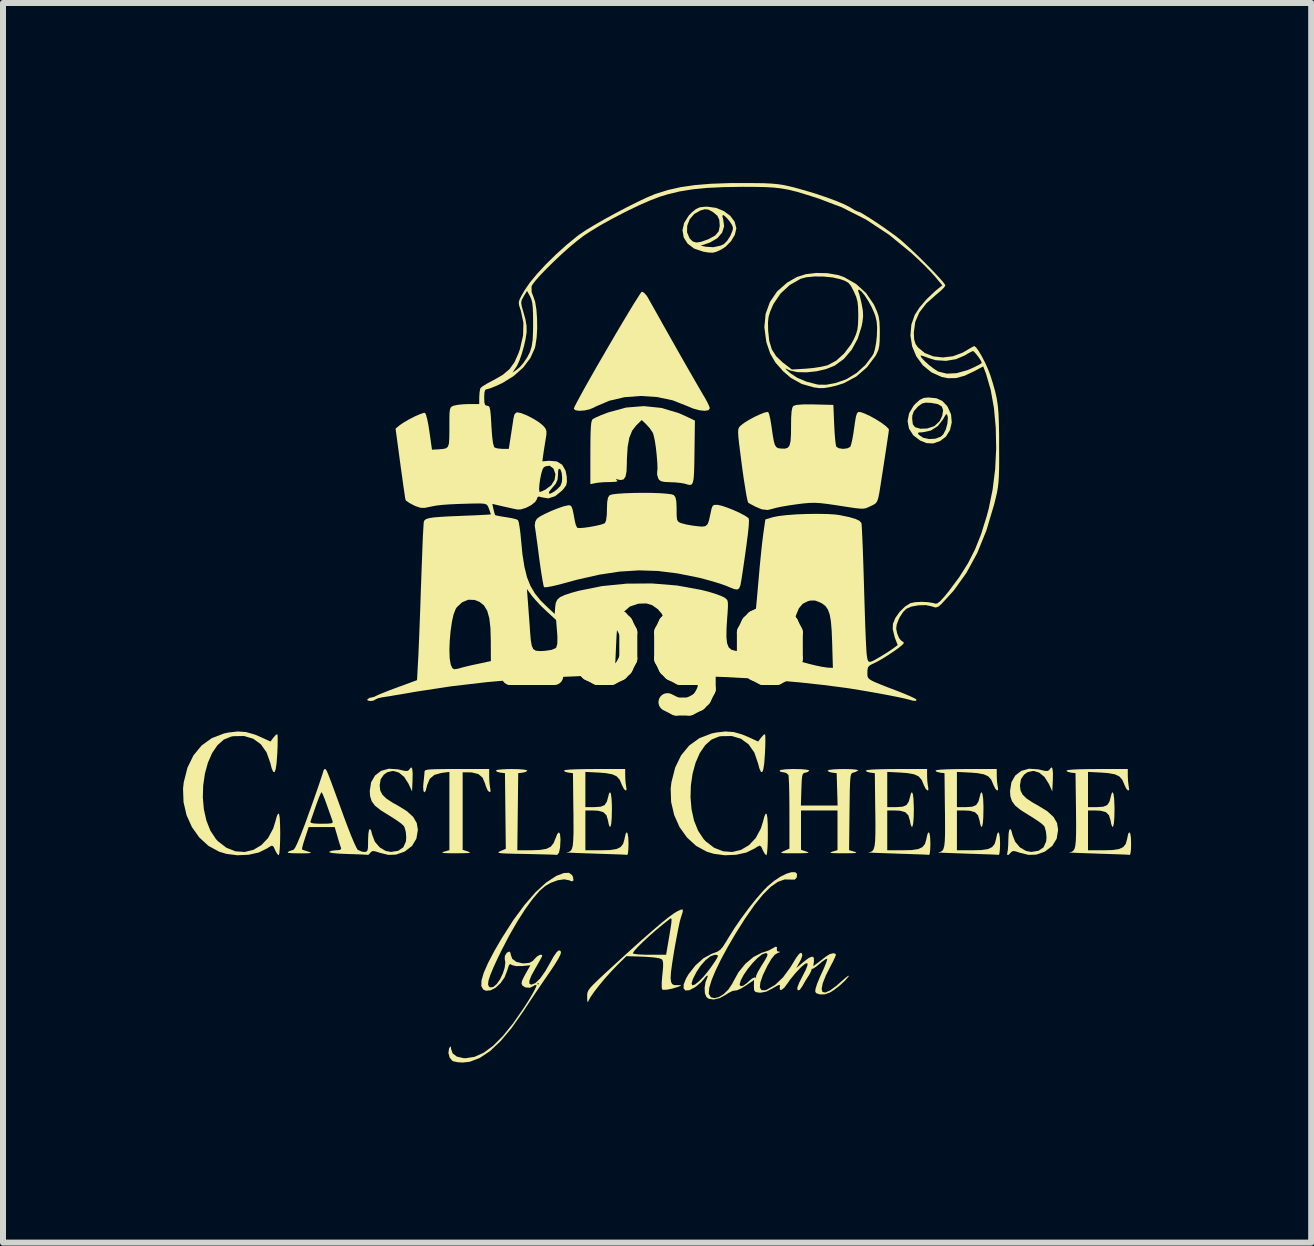
<source format=kicad_pcb>
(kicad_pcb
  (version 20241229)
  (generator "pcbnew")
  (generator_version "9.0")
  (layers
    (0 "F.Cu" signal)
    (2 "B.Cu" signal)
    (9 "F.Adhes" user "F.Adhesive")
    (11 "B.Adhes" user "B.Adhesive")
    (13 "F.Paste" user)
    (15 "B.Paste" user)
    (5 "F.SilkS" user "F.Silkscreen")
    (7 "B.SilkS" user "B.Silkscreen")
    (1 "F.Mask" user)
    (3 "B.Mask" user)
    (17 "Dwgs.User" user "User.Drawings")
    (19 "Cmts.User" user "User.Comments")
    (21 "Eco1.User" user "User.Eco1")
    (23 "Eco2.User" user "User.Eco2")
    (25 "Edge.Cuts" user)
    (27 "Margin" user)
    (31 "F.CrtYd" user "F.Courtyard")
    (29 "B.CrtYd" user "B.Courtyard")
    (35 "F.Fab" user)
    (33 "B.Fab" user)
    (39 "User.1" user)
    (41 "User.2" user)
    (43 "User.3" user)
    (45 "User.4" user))
  (footprint "Logo"
    (layer "F.Cu")
    (at 7.782 7.525)
    (property "Reference" "Logo" (at 0 0 0) (layer "F.SilkS") (effects (font (size 1.524 1.524) (thickness 0.3))))
    (attr board_only exclude_from_pos_files exclude_from_bom)
    (fp_poly (pts (xy -2.195 2.241) (xy -2.106 2.248) (xy -2.054 2.258) (xy -2.045 2.265) (xy -2.069 2.286) (xy -2.121 2.299) (xy -2.197 2.308) (xy -2.212 3.593) (xy -1.984 3.593) (xy -1.833 3.587) (xy -1.727 3.569) (xy -1.655 3.533) (xy -1.608 3.474) (xy -1.58 3.406) (xy -1.547 3.323) (xy -1.52 3.294) (xy -1.501 3.32) (xy -1.493 3.4) (xy -1.493 3.42) (xy -1.5 3.549) (xy -1.518 3.633) (xy -1.547 3.669) (xy -1.558 3.67) (xy -1.595 3.667) (xy -1.677 3.664) (xy -1.796 3.661) (xy -1.941 3.657) (xy -2.087 3.654) (xy -2.262 3.651) (xy -2.388 3.647) (xy -2.471 3.643) (xy -2.516 3.637) (xy -2.53 3.629) (xy -2.517 3.618) (xy -2.494 3.607) (xy -2.404 3.568) (xy -2.411 2.938) (xy -2.418 2.308) (xy -2.494 2.299) (xy -2.55 2.285) (xy -2.57 2.265) (xy -2.545 2.253) (xy -2.476 2.245) (xy -2.376 2.24) (xy -2.308 2.239)) (stroke (width 0) (type solid)) (fill yes) (layer "F.SilkS"))
    (fp_poly (pts (xy -2.681 2.37) (xy -2.677 2.464) (xy -2.667 2.546) (xy -2.663 2.567) (xy -2.657 2.615) (xy -2.681 2.621) (xy -2.682 2.621) (xy -2.71 2.589) (xy -2.738 2.521) (xy -2.748 2.486) (xy -2.79 2.384) (xy -2.861 2.323) (xy -2.969 2.296) (xy -3.02 2.294) (xy -3.123 2.294) (xy -3.123 3.585) (xy -3.033 3.614) (xy -3.002 3.627) (xy -3.004 3.635) (xy -3.048 3.64) (xy -3.136 3.642) (xy -3.234 3.643) (xy -3.36 3.642) (xy -3.435 3.639) (xy -3.464 3.633) (xy -3.451 3.623) (xy -3.434 3.617) (xy -3.344 3.591) (xy -3.344 2.287) (xy -3.476 2.304) (xy -3.594 2.337) (xy -3.671 2.402) (xy -3.715 2.508) (xy -3.72 2.531) (xy -3.74 2.605) (xy -3.761 2.628) (xy -3.776 2.605) (xy -3.781 2.541) (xy -3.777 2.481) (xy -3.767 2.388) (xy -3.76 2.313) (xy -3.759 2.287) (xy -3.755 2.27) (xy -3.739 2.258) (xy -3.702 2.249) (xy -3.639 2.244) (xy -3.543 2.241) (xy -3.405 2.239) (xy -3.22 2.239) (xy -2.681 2.239)) (stroke (width 0) (type solid)) (fill yes) (layer "F.SilkS"))
    (fp_poly (pts (xy -0.1 -5.697) (xy -0.054 -5.645) (xy -0.038 -5.618) (xy -0.002 -5.554) (xy 0.054 -5.455) (xy 0.122 -5.334) (xy 0.195 -5.204) (xy 0.199 -5.196) (xy 0.3 -5.017) (xy 0.408 -4.826) (xy 0.517 -4.633) (xy 0.624 -4.446) (xy 0.723 -4.274) (xy 0.809 -4.125) (xy 0.876 -4.009) (xy 0.915 -3.944) (xy 0.959 -3.863) (xy 0.988 -3.798) (xy 0.995 -3.771) (xy 0.972 -3.74) (xy 0.91 -3.73) (xy 0.821 -3.739) (xy 0.716 -3.768) (xy 0.614 -3.811) (xy 0.375 -3.905) (xy 0.114 -3.96) (xy -0.157 -3.977) (xy -0.425 -3.957) (xy -0.678 -3.898) (xy -0.904 -3.802) (xy -0.933 -3.786) (xy -1.006 -3.755) (xy -1.092 -3.736) (xy -1.176 -3.73) (xy -1.24 -3.738) (xy -1.27 -3.761) (xy -1.27 -3.766) (xy -1.257 -3.801) (xy -1.218 -3.876) (xy -1.159 -3.986) (xy -1.083 -4.124) (xy -0.993 -4.283) (xy -0.893 -4.459) (xy -0.786 -4.643) (xy -0.677 -4.831) (xy -0.569 -5.016) (xy -0.465 -5.191) (xy -0.369 -5.351) (xy -0.285 -5.49) (xy -0.216 -5.6) (xy -0.167 -5.677) (xy -0.139 -5.713) (xy -0.136 -5.715)) (stroke (width 0) (type solid)) (fill yes) (layer "F.SilkS"))
    (fp_poly (pts (xy 0.187 -3.778) (xy 0.473 -3.693) (xy 0.575 -3.649) (xy 0.747 -3.567) (xy 0.74 -3.035) (xy 0.737 -2.844) (xy 0.733 -2.702) (xy 0.726 -2.602) (xy 0.714 -2.539) (xy 0.696 -2.505) (xy 0.668 -2.494) (xy 0.629 -2.5) (xy 0.58 -2.515) (xy 0.516 -2.527) (xy 0.419 -2.537) (xy 0.34 -2.54) (xy 0.241 -2.545) (xy 0.182 -2.557) (xy 0.149 -2.582) (xy 0.137 -2.601) (xy 0.117 -2.667) (xy 0.118 -2.707) (xy 0.124 -2.771) (xy 0.12 -2.872) (xy 0.11 -2.994) (xy 0.096 -3.122) (xy 0.078 -3.239) (xy 0.058 -3.327) (xy 0.046 -3.363) (xy -0.005 -3.439) (xy -0.067 -3.508) (xy -0.139 -3.576) (xy -0.232 -3.485) (xy -0.299 -3.398) (xy -0.346 -3.281) (xy -0.374 -3.127) (xy -0.386 -2.93) (xy -0.387 -2.859) (xy -0.392 -2.722) (xy -0.409 -2.634) (xy -0.441 -2.587) (xy -0.492 -2.576) (xy -0.531 -2.584) (xy -0.571 -2.592) (xy -0.563 -2.58) (xy -0.553 -2.573) (xy -0.542 -2.556) (xy -0.575 -2.547) (xy -0.656 -2.543) (xy -0.667 -2.543) (xy -0.772 -2.54) (xy -0.868 -2.532) (xy -0.909 -2.525) (xy -0.995 -2.508) (xy -0.995 -3.033) (xy -0.994 -3.226) (xy -0.991 -3.37) (xy -0.986 -3.472) (xy -0.978 -3.539) (xy -0.966 -3.577) (xy -0.957 -3.59) (xy -0.914 -3.614) (xy -0.834 -3.65) (xy -0.731 -3.69) (xy -0.694 -3.704) (xy -0.4 -3.784) (xy -0.105 -3.808)) (stroke (width 0) (type solid)) (fill yes) (layer "F.SilkS"))
    (fp_poly (pts (xy 4.77 -3.939) (xy 4.868 -3.895) (xy 4.948 -3.812) (xy 4.959 -3.795) (xy 5.015 -3.67) (xy 5.027 -3.537) (xy 4.997 -3.408) (xy 4.929 -3.299) (xy 4.834 -3.227) (xy 4.718 -3.186) (xy 4.608 -3.191) (xy 4.501 -3.234) (xy 4.385 -3.322) (xy 4.365 -3.354) (xy 4.462 -3.354) (xy 4.478 -3.33) (xy 4.55 -3.281) (xy 4.649 -3.259) (xy 4.753 -3.265) (xy 4.843 -3.298) (xy 4.885 -3.336) (xy 4.927 -3.417) (xy 4.954 -3.518) (xy 4.962 -3.611) (xy 4.958 -3.639) (xy 4.946 -3.672) (xy 4.93 -3.67) (xy 4.902 -3.625) (xy 4.882 -3.588) (xy 4.795 -3.476) (xy 4.678 -3.401) (xy 4.545 -3.372) (xy 4.537 -3.372) (xy 4.477 -3.369) (xy 4.462 -3.354) (xy 4.365 -3.354) (xy 4.314 -3.434) (xy 4.291 -3.559) (xy 4.298 -3.597) (xy 4.367 -3.597) (xy 4.378 -3.506) (xy 4.415 -3.457) (xy 4.415 -3.457) (xy 4.506 -3.431) (xy 4.616 -3.435) (xy 4.722 -3.469) (xy 4.745 -3.481) (xy 4.828 -3.561) (xy 4.868 -3.648) (xy 4.883 -3.741) (xy 4.86 -3.803) (xy 4.793 -3.842) (xy 4.679 -3.862) (xy 4.592 -3.866) (xy 4.532 -3.851) (xy 4.474 -3.809) (xy 4.456 -3.792) (xy 4.395 -3.723) (xy 4.37 -3.652) (xy 4.367 -3.597) (xy 4.298 -3.597) (xy 4.316 -3.688) (xy 4.39 -3.813) (xy 4.422 -3.848) (xy 4.495 -3.913) (xy 4.559 -3.944) (xy 4.635 -3.952) (xy 4.638 -3.952)) (stroke (width 0) (type solid)) (fill yes) (layer "F.SilkS"))
    (fp_poly (pts (xy 1.1 -7.111) (xy 1.229 -7.058) (xy 1.336 -6.979) (xy 1.408 -6.882) (xy 1.437 -6.774) (xy 1.437 -6.767) (xy 1.412 -6.662) (xy 1.348 -6.555) (xy 1.257 -6.463) (xy 1.189 -6.419) (xy 1.108 -6.381) (xy 1.045 -6.364) (xy 0.975 -6.367) (xy 0.884 -6.382) (xy 0.734 -6.433) (xy 0.67 -6.482) (xy 0.843 -6.482) (xy 0.926 -6.464) (xy 1.055 -6.456) (xy 1.179 -6.483) (xy 1.233 -6.51) (xy 1.286 -6.564) (xy 1.338 -6.646) (xy 1.374 -6.733) (xy 1.382 -6.78) (xy 1.365 -6.826) (xy 1.325 -6.888) (xy 1.275 -6.947) (xy 1.231 -6.986) (xy 1.214 -6.993) (xy 1.205 -6.971) (xy 1.218 -6.919) (xy 1.234 -6.805) (xy 1.201 -6.699) (xy 1.121 -6.606) (xy 1 -6.535) (xy 0.958 -6.52) (xy 0.843 -6.482) (xy 0.67 -6.482) (xy 0.626 -6.515) (xy 0.56 -6.619) (xy 0.546 -6.705) (xy 0.616 -6.705) (xy 0.658 -6.605) (xy 0.664 -6.597) (xy 0.712 -6.551) (xy 0.77 -6.534) (xy 0.849 -6.545) (xy 0.961 -6.585) (xy 0.982 -6.594) (xy 1.087 -6.652) (xy 1.144 -6.722) (xy 1.161 -6.813) (xy 1.153 -6.913) (xy 1.121 -6.98) (xy 1.055 -7.036) (xy 1.037 -7.048) (xy 0.97 -7.083) (xy 0.913 -7.088) (xy 0.842 -7.069) (xy 0.736 -7.01) (xy 0.66 -6.921) (xy 0.619 -6.814) (xy 0.616 -6.705) (xy 0.546 -6.705) (xy 0.54 -6.738) (xy 0.568 -6.862) (xy 0.646 -6.985) (xy 0.694 -7.034) (xy 0.764 -7.091) (xy 0.826 -7.12) (xy 0.905 -7.13) (xy 0.958 -7.131)) (stroke (width 0) (type solid)) (fill yes) (layer "F.SilkS"))
    (fp_poly (pts (xy 6.705 2.232) (xy 6.713 2.308) (xy 6.711 2.422) (xy 6.702 2.612) (xy 6.643 2.483) (xy 6.571 2.37) (xy 6.482 2.298) (xy 6.387 2.27) (xy 6.292 2.29) (xy 6.231 2.334) (xy 6.18 2.409) (xy 6.164 2.506) (xy 6.163 2.515) (xy 6.173 2.597) (xy 6.207 2.665) (xy 6.273 2.73) (xy 6.379 2.8) (xy 6.462 2.846) (xy 6.617 2.941) (xy 6.722 3.037) (xy 6.781 3.139) (xy 6.799 3.252) (xy 6.775 3.4) (xy 6.702 3.52) (xy 6.584 3.611) (xy 6.568 3.619) (xy 6.437 3.665) (xy 6.309 3.67) (xy 6.164 3.635) (xy 6.16 3.633) (xy 6.085 3.609) (xy 6.043 3.606) (xy 6.016 3.624) (xy 6.009 3.633) (xy 5.971 3.671) (xy 5.949 3.669) (xy 5.953 3.632) (xy 5.962 3.583) (xy 5.968 3.498) (xy 5.97 3.411) (xy 5.975 3.308) (xy 5.987 3.25) (xy 6.005 3.238) (xy 6.024 3.277) (xy 6.038 3.335) (xy 6.083 3.45) (xy 6.162 3.544) (xy 6.264 3.604) (xy 6.35 3.621) (xy 6.473 3.601) (xy 6.556 3.544) (xy 6.599 3.448) (xy 6.606 3.376) (xy 6.597 3.285) (xy 6.576 3.209) (xy 6.566 3.189) (xy 6.525 3.15) (xy 6.449 3.095) (xy 6.351 3.032) (xy 6.308 3.006) (xy 6.174 2.922) (xy 6.084 2.849) (xy 6.03 2.775) (xy 6.003 2.692) (xy 5.998 2.605) (xy 6.021 2.46) (xy 6.085 2.347) (xy 6.185 2.27) (xy 6.314 2.234) (xy 6.467 2.244) (xy 6.497 2.251) (xy 6.58 2.27) (xy 6.626 2.271) (xy 6.652 2.255) (xy 6.66 2.242) (xy 6.687 2.21)) (stroke (width 0) (type solid)) (fill yes) (layer "F.SilkS"))
    (fp_poly (pts (xy -6.732 1.623) (xy -6.588 1.664) (xy -6.486 1.707) (xy -6.325 1.781) (xy -6.274 1.713) (xy -6.235 1.67) (xy -6.21 1.658) (xy -6.21 1.659) (xy -6.206 1.69) (xy -6.205 1.765) (xy -6.207 1.872) (xy -6.212 1.983) (xy -6.223 2.138) (xy -6.238 2.241) (xy -6.257 2.291) (xy -6.279 2.286) (xy -6.305 2.228) (xy -6.326 2.144) (xy -6.389 1.964) (xy -6.485 1.827) (xy -6.611 1.735) (xy -6.765 1.689) (xy -6.945 1.692) (xy -6.978 1.698) (xy -7.102 1.748) (xy -7.209 1.843) (xy -7.298 1.974) (xy -7.368 2.135) (xy -7.418 2.317) (xy -7.446 2.512) (xy -7.452 2.713) (xy -7.435 2.91) (xy -7.393 3.097) (xy -7.327 3.265) (xy -7.234 3.406) (xy -7.201 3.442) (xy -7.059 3.551) (xy -6.908 3.61) (xy -6.756 3.621) (xy -6.61 3.586) (xy -6.477 3.507) (xy -6.365 3.388) (xy -6.28 3.23) (xy -6.246 3.121) (xy -6.219 3.025) (xy -6.198 2.981) (xy -6.182 2.99) (xy -6.171 3.053) (xy -6.165 3.17) (xy -6.163 3.315) (xy -6.165 3.449) (xy -6.17 3.56) (xy -6.177 3.639) (xy -6.186 3.675) (xy -6.188 3.676) (xy -6.214 3.653) (xy -6.244 3.598) (xy -6.246 3.593) (xy -6.274 3.533) (xy -6.3 3.515) (xy -6.343 3.536) (xy -6.38 3.561) (xy -6.52 3.63) (xy -6.691 3.668) (xy -6.878 3.676) (xy -7.063 3.652) (xy -7.179 3.617) (xy -7.358 3.52) (xy -7.511 3.38) (xy -7.634 3.207) (xy -7.724 3.007) (xy -7.774 2.79) (xy -7.782 2.565) (xy -7.77 2.459) (xy -7.708 2.215) (xy -7.608 2.011) (xy -7.473 1.847) (xy -7.304 1.725) (xy -7.101 1.647) (xy -7.027 1.631) (xy -6.87 1.613)) (stroke (width 0) (type solid)) (fill yes) (layer "F.SilkS"))
    (fp_poly (pts (xy 1.394 1.623) (xy 1.537 1.664) (xy 1.64 1.707) (xy 1.801 1.781) (xy 1.852 1.713) (xy 1.891 1.67) (xy 1.916 1.658) (xy 1.916 1.659) (xy 1.92 1.69) (xy 1.921 1.765) (xy 1.919 1.872) (xy 1.914 1.983) (xy 1.903 2.138) (xy 1.888 2.241) (xy 1.869 2.291) (xy 1.847 2.286) (xy 1.821 2.228) (xy 1.799 2.144) (xy 1.737 1.964) (xy 1.641 1.827) (xy 1.515 1.735) (xy 1.361 1.689) (xy 1.181 1.692) (xy 1.148 1.698) (xy 1.024 1.748) (xy 0.917 1.843) (xy 0.828 1.974) (xy 0.758 2.135) (xy 0.708 2.317) (xy 0.68 2.512) (xy 0.674 2.713) (xy 0.691 2.91) (xy 0.732 3.097) (xy 0.799 3.265) (xy 0.892 3.406) (xy 0.925 3.442) (xy 1.067 3.551) (xy 1.218 3.61) (xy 1.37 3.621) (xy 1.516 3.586) (xy 1.649 3.507) (xy 1.761 3.388) (xy 1.846 3.23) (xy 1.88 3.121) (xy 1.906 3.025) (xy 1.928 2.981) (xy 1.944 2.99) (xy 1.955 3.053) (xy 1.961 3.17) (xy 1.962 3.315) (xy 1.961 3.449) (xy 1.956 3.56) (xy 1.949 3.639) (xy 1.94 3.675) (xy 1.938 3.676) (xy 1.912 3.653) (xy 1.881 3.598) (xy 1.879 3.593) (xy 1.852 3.533) (xy 1.826 3.515) (xy 1.783 3.536) (xy 1.746 3.561) (xy 1.606 3.63) (xy 1.434 3.668) (xy 1.248 3.676) (xy 1.063 3.652) (xy 0.946 3.617) (xy 0.768 3.52) (xy 0.615 3.38) (xy 0.491 3.207) (xy 0.402 3.007) (xy 0.351 2.79) (xy 0.343 2.565) (xy 0.356 2.459) (xy 0.418 2.215) (xy 0.517 2.011) (xy 0.652 1.847) (xy 0.822 1.725) (xy 1.025 1.647) (xy 1.099 1.631) (xy 1.256 1.613)) (stroke (width 0) (type solid)) (fill yes) (layer "F.SilkS"))
    (fp_poly (pts (xy 3.346 2.241) (xy 3.429 2.248) (xy 3.467 2.258) (xy 3.467 2.264) (xy 3.419 2.289) (xy 3.386 2.299) (xy 3.368 2.304) (xy 3.355 2.318) (xy 3.344 2.346) (xy 3.337 2.396) (xy 3.332 2.475) (xy 3.328 2.588) (xy 3.326 2.743) (xy 3.323 2.947) (xy 3.323 2.95) (xy 3.316 3.591) (xy 3.406 3.617) (xy 3.437 3.629) (xy 3.429 3.637) (xy 3.377 3.641) (xy 3.277 3.643) (xy 3.22 3.643) (xy 3.098 3.642) (xy 3.027 3.639) (xy 3.002 3.633) (xy 3.017 3.623) (xy 3.033 3.617) (xy 3.123 3.591) (xy 3.123 2.93) (xy 2.515 2.93) (xy 2.515 3.585) (xy 2.605 3.614) (xy 2.638 3.627) (xy 2.636 3.635) (xy 2.594 3.64) (xy 2.506 3.643) (xy 2.418 3.643) (xy 2.295 3.643) (xy 2.22 3.641) (xy 2.187 3.636) (xy 2.189 3.625) (xy 2.221 3.609) (xy 2.232 3.605) (xy 2.322 3.565) (xy 2.322 2.973) (xy 2.321 2.796) (xy 2.319 2.635) (xy 2.316 2.501) (xy 2.311 2.401) (xy 2.307 2.345) (xy 2.305 2.338) (xy 2.267 2.304) (xy 2.222 2.294) (xy 2.171 2.284) (xy 2.156 2.266) (xy 2.182 2.253) (xy 2.254 2.244) (xy 2.363 2.239) (xy 2.405 2.239) (xy 2.514 2.241) (xy 2.599 2.248) (xy 2.647 2.259) (xy 2.653 2.264) (xy 2.63 2.288) (xy 2.591 2.299) (xy 2.562 2.306) (xy 2.544 2.326) (xy 2.533 2.367) (xy 2.526 2.442) (xy 2.522 2.56) (xy 2.521 2.577) (xy 2.513 2.847) (xy 3.125 2.847) (xy 3.117 2.577) (xy 3.109 2.308) (xy 3.033 2.299) (xy 2.978 2.285) (xy 2.957 2.265) (xy 2.983 2.254) (xy 3.052 2.245) (xy 3.153 2.24) (xy 3.225 2.239)) (stroke (width 0) (type solid)) (fill yes) (layer "F.SilkS"))
    (fp_poly (pts (xy -0.414 2.356) (xy -0.41 2.446) (xy -0.4 2.523) (xy -0.397 2.536) (xy -0.392 2.587) (xy -0.409 2.597) (xy -0.436 2.571) (xy -0.465 2.514) (xy -0.469 2.505) (xy -0.505 2.419) (xy -0.555 2.362) (xy -0.63 2.327) (xy -0.742 2.307) (xy -0.844 2.299) (xy -1.078 2.287) (xy -1.078 2.874) (xy -0.929 2.874) (xy -0.823 2.867) (xy -0.758 2.84) (xy -0.72 2.782) (xy -0.701 2.713) (xy -0.683 2.643) (xy -0.666 2.625) (xy -0.652 2.657) (xy -0.642 2.734) (xy -0.636 2.854) (xy -0.636 2.916) (xy -0.639 3.052) (xy -0.647 3.147) (xy -0.659 3.198) (xy -0.674 3.201) (xy -0.69 3.155) (xy -0.701 3.096) (xy -0.727 3.01) (xy -0.779 2.958) (xy -0.865 2.934) (xy -0.952 2.93) (xy -1.078 2.93) (xy -1.078 3.593) (xy -0.821 3.593) (xy -0.669 3.589) (xy -0.562 3.573) (xy -0.492 3.54) (xy -0.45 3.488) (xy -0.427 3.41) (xy -0.425 3.398) (xy -0.407 3.319) (xy -0.389 3.292) (xy -0.374 3.314) (xy -0.363 3.382) (xy -0.359 3.482) (xy -0.362 3.577) (xy -0.369 3.644) (xy -0.379 3.67) (xy -0.38 3.67) (xy -0.413 3.667) (xy -0.492 3.663) (xy -0.609 3.659) (xy -0.754 3.654) (xy -0.918 3.649) (xy -0.926 3.648) (xy -1.085 3.643) (xy -1.218 3.638) (xy -1.319 3.634) (xy -1.38 3.63) (xy -1.394 3.627) (xy -1.392 3.627) (xy -1.354 3.62) (xy -1.325 3.604) (xy -1.304 3.573) (xy -1.289 3.52) (xy -1.281 3.438) (xy -1.276 3.322) (xy -1.276 3.164) (xy -1.277 2.958) (xy -1.278 2.926) (xy -1.285 2.308) (xy -1.361 2.299) (xy -1.416 2.285) (xy -1.437 2.265) (xy -1.411 2.256) (xy -1.336 2.248) (xy -1.22 2.243) (xy -1.069 2.24) (xy -0.926 2.239) (xy -0.415 2.239)) (stroke (width 0) (type solid)) (fill yes) (layer "F.SilkS"))
    (fp_poly (pts (xy 4.616 2.356) (xy 4.62 2.446) (xy 4.63 2.523) (xy 4.633 2.536) (xy 4.638 2.587) (xy 4.622 2.597) (xy 4.594 2.571) (xy 4.565 2.514) (xy 4.561 2.505) (xy 4.525 2.419) (xy 4.475 2.362) (xy 4.4 2.327) (xy 4.289 2.307) (xy 4.186 2.299) (xy 3.952 2.287) (xy 3.952 2.874) (xy 4.101 2.874) (xy 4.207 2.867) (xy 4.272 2.84) (xy 4.31 2.782) (xy 4.329 2.713) (xy 4.348 2.643) (xy 4.364 2.625) (xy 4.379 2.657) (xy 4.389 2.734) (xy 4.394 2.854) (xy 4.395 2.916) (xy 4.392 3.052) (xy 4.384 3.147) (xy 4.372 3.198) (xy 4.357 3.201) (xy 4.34 3.155) (xy 4.329 3.096) (xy 4.303 3.01) (xy 4.252 2.958) (xy 4.165 2.934) (xy 4.079 2.93) (xy 3.952 2.93) (xy 3.952 3.593) (xy 4.209 3.593) (xy 4.361 3.589) (xy 4.468 3.573) (xy 4.538 3.54) (xy 4.58 3.488) (xy 4.603 3.41) (xy 4.605 3.398) (xy 4.623 3.319) (xy 4.641 3.292) (xy 4.657 3.314) (xy 4.667 3.382) (xy 4.671 3.482) (xy 4.668 3.577) (xy 4.661 3.644) (xy 4.651 3.67) (xy 4.65 3.67) (xy 4.617 3.667) (xy 4.538 3.663) (xy 4.421 3.659) (xy 4.276 3.654) (xy 4.112 3.649) (xy 4.104 3.648) (xy 3.946 3.643) (xy 3.812 3.638) (xy 3.711 3.634) (xy 3.65 3.63) (xy 3.636 3.627) (xy 3.638 3.627) (xy 3.676 3.62) (xy 3.705 3.604) (xy 3.726 3.573) (xy 3.741 3.52) (xy 3.75 3.438) (xy 3.754 3.322) (xy 3.755 3.164) (xy 3.753 2.958) (xy 3.752 2.926) (xy 3.745 2.308) (xy 3.669 2.299) (xy 3.614 2.285) (xy 3.593 2.265) (xy 3.62 2.256) (xy 3.694 2.248) (xy 3.811 2.243) (xy 3.962 2.24) (xy 4.104 2.239) (xy 4.616 2.239)) (stroke (width 0) (type solid)) (fill yes) (layer "F.SilkS"))
    (fp_poly (pts (xy 5.777 2.356) (xy 5.781 2.446) (xy 5.791 2.523) (xy 5.794 2.536) (xy 5.799 2.587) (xy 5.783 2.597) (xy 5.755 2.571) (xy 5.726 2.514) (xy 5.722 2.505) (xy 5.686 2.419) (xy 5.636 2.362) (xy 5.561 2.327) (xy 5.449 2.307) (xy 5.347 2.299) (xy 5.113 2.287) (xy 5.113 2.874) (xy 5.262 2.874) (xy 5.368 2.867) (xy 5.433 2.84) (xy 5.471 2.782) (xy 5.49 2.713) (xy 5.508 2.643) (xy 5.525 2.625) (xy 5.539 2.657) (xy 5.55 2.734) (xy 5.555 2.854) (xy 5.555 2.916) (xy 5.552 3.052) (xy 5.544 3.147) (xy 5.532 3.198) (xy 5.517 3.201) (xy 5.501 3.155) (xy 5.49 3.096) (xy 5.464 3.01) (xy 5.413 2.958) (xy 5.326 2.934) (xy 5.239 2.93) (xy 5.113 2.93) (xy 5.113 3.593) (xy 5.37 3.593) (xy 5.522 3.589) (xy 5.629 3.573) (xy 5.699 3.54) (xy 5.741 3.488) (xy 5.764 3.41) (xy 5.766 3.398) (xy 5.784 3.319) (xy 5.802 3.292) (xy 5.817 3.314) (xy 5.828 3.382) (xy 5.832 3.482) (xy 5.829 3.577) (xy 5.822 3.644) (xy 5.812 3.67) (xy 5.811 3.67) (xy 5.778 3.667) (xy 5.699 3.663) (xy 5.582 3.659) (xy 5.437 3.654) (xy 5.273 3.649) (xy 5.265 3.648) (xy 5.106 3.643) (xy 4.973 3.638) (xy 4.872 3.634) (xy 4.811 3.63) (xy 4.797 3.627) (xy 4.799 3.627) (xy 4.837 3.62) (xy 4.866 3.604) (xy 4.887 3.573) (xy 4.902 3.52) (xy 4.911 3.438) (xy 4.915 3.322) (xy 4.915 3.164) (xy 4.914 2.958) (xy 4.913 2.926) (xy 4.906 2.308) (xy 4.83 2.299) (xy 4.775 2.285) (xy 4.754 2.265) (xy 4.78 2.256) (xy 4.855 2.248) (xy 4.971 2.243) (xy 5.122 2.24) (xy 5.265 2.239) (xy 5.776 2.239)) (stroke (width 0) (type solid)) (fill yes) (layer "F.SilkS"))
    (fp_poly (pts (xy 7.96 2.356) (xy 7.965 2.446) (xy 7.974 2.523) (xy 7.977 2.536) (xy 7.983 2.587) (xy 7.966 2.597) (xy 7.938 2.571) (xy 7.909 2.514) (xy 7.906 2.505) (xy 7.869 2.419) (xy 7.819 2.362) (xy 7.744 2.327) (xy 7.633 2.307) (xy 7.531 2.299) (xy 7.297 2.287) (xy 7.297 2.874) (xy 7.445 2.874) (xy 7.551 2.867) (xy 7.617 2.84) (xy 7.655 2.782) (xy 7.673 2.713) (xy 7.692 2.643) (xy 7.709 2.625) (xy 7.723 2.657) (xy 7.733 2.734) (xy 7.738 2.854) (xy 7.739 2.916) (xy 7.736 3.052) (xy 7.728 3.147) (xy 7.716 3.198) (xy 7.701 3.201) (xy 7.684 3.155) (xy 7.673 3.096) (xy 7.647 3.01) (xy 7.596 2.958) (xy 7.509 2.934) (xy 7.423 2.93) (xy 7.297 2.93) (xy 7.297 3.593) (xy 7.553 3.593) (xy 7.706 3.589) (xy 7.813 3.573) (xy 7.883 3.54) (xy 7.925 3.488) (xy 7.948 3.41) (xy 7.95 3.398) (xy 7.967 3.319) (xy 7.985 3.292) (xy 8.001 3.314) (xy 8.012 3.382) (xy 8.015 3.482) (xy 8.013 3.577) (xy 8.005 3.644) (xy 7.995 3.67) (xy 7.995 3.67) (xy 7.962 3.667) (xy 7.882 3.663) (xy 7.766 3.659) (xy 7.621 3.654) (xy 7.456 3.649) (xy 7.449 3.648) (xy 7.29 3.643) (xy 7.156 3.638) (xy 7.056 3.634) (xy 6.994 3.63) (xy 6.98 3.627) (xy 6.982 3.627) (xy 7.02 3.62) (xy 7.049 3.604) (xy 7.071 3.573) (xy 7.085 3.52) (xy 7.094 3.438) (xy 7.098 3.322) (xy 7.099 3.164) (xy 7.097 2.958) (xy 7.097 2.926) (xy 7.089 2.308) (xy 7.013 2.299) (xy 6.958 2.285) (xy 6.937 2.265) (xy 6.964 2.256) (xy 7.039 2.248) (xy 7.155 2.243) (xy 7.306 2.24) (xy 7.449 2.239) (xy 7.96 2.239)) (stroke (width 0) (type solid)) (fill yes) (layer "F.SilkS"))
    (fp_poly (pts (xy 0.545 4.615) (xy 0.521 4.692) (xy 0.514 4.712) (xy 0.496 4.777) (xy 0.473 4.884) (xy 0.446 5.022) (xy 0.417 5.179) (xy 0.398 5.288) (xy 0.368 5.477) (xy 0.349 5.618) (xy 0.342 5.719) (xy 0.349 5.784) (xy 0.368 5.822) (xy 0.402 5.839) (xy 0.451 5.84) (xy 0.456 5.84) (xy 0.51 5.84) (xy 0.512 5.85) (xy 0.464 5.87) (xy 0.37 5.898) (xy 0.365 5.899) (xy 0.281 5.916) (xy 0.22 5.918) (xy 0.202 5.912) (xy 0.194 5.875) (xy 0.194 5.798) (xy 0.202 5.694) (xy 0.205 5.666) (xy 0.217 5.544) (xy 0.217 5.466) (xy 0.206 5.421) (xy 0.197 5.41) (xy 0.152 5.392) (xy 0.059 5.378) (xy -0.073 5.368) (xy -0.115 5.366) (xy -0.394 5.357) (xy -0.544 5.504) (xy -0.645 5.609) (xy -0.75 5.726) (xy -0.849 5.845) (xy -0.933 5.953) (xy -0.994 6.041) (xy -1.015 6.081) (xy -1.035 6.119) (xy -1.044 6.117) (xy -1.048 6.067) (xy -1.048 6.034) (xy -1.048 5.995) (xy -1.042 5.96) (xy -1.025 5.924) (xy -0.993 5.88) (xy -0.939 5.823) (xy -0.86 5.746) (xy -0.75 5.643) (xy -0.615 5.519) (xy -0.38 5.305) (xy -0.287 5.305) (xy -0.287 5.311) (xy -0.255 5.321) (xy -0.181 5.329) (xy -0.076 5.333) (xy -0.003 5.334) (xy 0.267 5.334) (xy 0.321 5.018) (xy 0.343 4.883) (xy 0.356 4.794) (xy 0.358 4.745) (xy 0.351 4.727) (xy 0.335 4.732) (xy 0.333 4.734) (xy 0.218 4.824) (xy 0.1 4.922) (xy -0.014 5.022) (xy -0.117 5.118) (xy -0.202 5.201) (xy -0.261 5.266) (xy -0.287 5.305) (xy -0.38 5.305) (xy -0.358 5.285) (xy -0.139 5.088) (xy 0.045 4.927) (xy 0.195 4.799) (xy 0.313 4.705) (xy 0.401 4.641) (xy 0.449 4.612) (xy 0.513 4.582) (xy 0.544 4.58)) (stroke (width 0) (type solid)) (fill yes) (layer "F.SilkS"))
    (fp_poly (pts (xy 0.028 -2.362) (xy 0.167 -2.357) (xy 0.283 -2.348) (xy 0.364 -2.337) (xy 0.396 -2.325) (xy 0.422 -2.289) (xy 0.437 -2.224) (xy 0.442 -2.12) (xy 0.442 -2.086) (xy 0.443 -1.982) (xy 0.449 -1.92) (xy 0.466 -1.886) (xy 0.497 -1.866) (xy 0.525 -1.856) (xy 0.6 -1.836) (xy 0.702 -1.818) (xy 0.771 -1.809) (xy 0.864 -1.8) (xy 0.923 -1.808) (xy 0.959 -1.841) (xy 0.983 -1.909) (xy 1.006 -2.014) (xy 1.025 -2.102) (xy 1.044 -2.147) (xy 1.073 -2.163) (xy 1.123 -2.163) (xy 1.129 -2.162) (xy 1.197 -2.147) (xy 1.291 -2.115) (xy 1.397 -2.073) (xy 1.499 -2.026) (xy 1.584 -1.981) (xy 1.636 -1.945) (xy 1.643 -1.937) (xy 1.648 -1.899) (xy 1.644 -1.813) (xy 1.63 -1.678) (xy 1.606 -1.493) (xy 1.573 -1.256) (xy 1.545 -1.064) (xy 1.523 -0.921) (xy 1.506 -0.825) (xy 1.484 -0.771) (xy 1.451 -0.751) (xy 1.4 -0.76) (xy 1.324 -0.79) (xy 1.267 -0.814) (xy 1.172 -0.848) (xy 1.044 -0.887) (xy 0.9 -0.927) (xy 0.808 -0.95) (xy 0.459 -1.02) (xy 0.132 -1.061) (xy -0.186 -1.071) (xy -0.507 -1.051) (xy -0.843 -1) (xy -1.207 -0.918) (xy -1.391 -0.868) (xy -1.524 -0.832) (xy -1.637 -0.806) (xy -1.721 -0.791) (xy -1.764 -0.79) (xy -1.767 -0.791) (xy -1.777 -0.825) (xy -1.792 -0.905) (xy -1.811 -1.02) (xy -1.832 -1.162) (xy -1.849 -1.285) (xy -1.869 -1.444) (xy -1.889 -1.587) (xy -1.905 -1.704) (xy -1.917 -1.785) (xy -1.922 -1.814) (xy -1.914 -1.88) (xy -1.886 -1.931) (xy -1.838 -1.967) (xy -1.753 -2.012) (xy -1.647 -2.061) (xy -1.537 -2.105) (xy -1.438 -2.139) (xy -1.366 -2.155) (xy -1.356 -2.156) (xy -1.329 -2.152) (xy -1.309 -2.134) (xy -1.293 -2.092) (xy -1.276 -2.015) (xy -1.255 -1.9) (xy -1.238 -1.829) (xy -1.216 -1.784) (xy -1.212 -1.78) (xy -1.171 -1.776) (xy -1.094 -1.782) (xy -0.997 -1.796) (xy -0.897 -1.815) (xy -0.812 -1.835) (xy -0.759 -1.855) (xy -0.753 -1.858) (xy -0.733 -1.904) (xy -0.721 -1.998) (xy -0.719 -2.087) (xy -0.715 -2.207) (xy -0.701 -2.282) (xy -0.677 -2.322) (xy -0.676 -2.322) (xy -0.631 -2.337) (xy -0.542 -2.348) (xy -0.421 -2.356) (xy -0.278 -2.361) (xy -0.124 -2.363)) (stroke (width 0) (type solid)) (fill yes) (layer "F.SilkS"))
    (fp_poly (pts (xy 2.74 -3.836) (xy 3.054 -3.828) (xy 3.068 -3.496) (xy 3.075 -3.364) (xy 3.084 -3.251) (xy 3.094 -3.169) (xy 3.104 -3.13) (xy 3.145 -3.106) (xy 3.214 -3.096) (xy 3.218 -3.096) (xy 3.289 -3.105) (xy 3.335 -3.129) (xy 3.336 -3.13) (xy 3.351 -3.172) (xy 3.37 -3.254) (xy 3.389 -3.361) (xy 3.395 -3.406) (xy 3.415 -3.545) (xy 3.431 -3.637) (xy 3.449 -3.69) (xy 3.473 -3.711) (xy 3.51 -3.708) (xy 3.562 -3.689) (xy 3.575 -3.684) (xy 3.665 -3.643) (xy 3.762 -3.589) (xy 3.854 -3.531) (xy 3.928 -3.476) (xy 3.972 -3.433) (xy 3.979 -3.418) (xy 3.978 -3.401) (xy 3.974 -3.368) (xy 3.966 -3.314) (xy 3.954 -3.232) (xy 3.937 -3.119) (xy 3.914 -2.967) (xy 3.884 -2.772) (xy 3.846 -2.529) (xy 3.842 -2.501) (xy 3.821 -2.369) (xy 3.803 -2.279) (xy 3.784 -2.223) (xy 3.758 -2.187) (xy 3.72 -2.163) (xy 3.676 -2.142) (xy 3.631 -2.121) (xy 3.596 -2.107) (xy 3.56 -2.1) (xy 3.514 -2.099) (xy 3.447 -2.105) (xy 3.351 -2.118) (xy 3.215 -2.139) (xy 3.119 -2.154) (xy 2.962 -2.177) (xy 2.844 -2.191) (xy 2.746 -2.197) (xy 2.654 -2.195) (xy 2.55 -2.186) (xy 2.442 -2.172) (xy 2.311 -2.153) (xy 2.193 -2.133) (xy 2.103 -2.114) (xy 2.064 -2.103) (xy 1.961 -2.077) (xy 1.862 -2.088) (xy 1.755 -2.133) (xy 1.687 -2.169) (xy 1.642 -2.194) (xy 1.635 -2.199) (xy 1.624 -2.232) (xy 1.607 -2.312) (xy 1.587 -2.432) (xy 1.563 -2.583) (xy 1.538 -2.758) (xy 1.513 -2.948) (xy 1.504 -3.021) (xy 1.484 -3.178) (xy 1.472 -3.29) (xy 1.467 -3.365) (xy 1.469 -3.414) (xy 1.478 -3.445) (xy 1.494 -3.468) (xy 1.507 -3.481) (xy 1.565 -3.527) (xy 1.647 -3.578) (xy 1.741 -3.629) (xy 1.834 -3.672) (xy 1.911 -3.702) (xy 1.96 -3.711) (xy 1.969 -3.708) (xy 1.985 -3.67) (xy 2.003 -3.593) (xy 2.02 -3.492) (xy 2.022 -3.479) (xy 2.043 -3.331) (xy 2.061 -3.228) (xy 2.079 -3.163) (xy 2.103 -3.126) (xy 2.134 -3.108) (xy 2.177 -3.101) (xy 2.179 -3.101) (xy 2.247 -3.099) (xy 2.294 -3.114) (xy 2.324 -3.153) (xy 2.341 -3.226) (xy 2.348 -3.339) (xy 2.349 -3.469) (xy 2.351 -3.618) (xy 2.358 -3.719) (xy 2.37 -3.782) (xy 2.388 -3.812) (xy 2.439 -3.828) (xy 2.544 -3.836) (xy 2.702 -3.837)) (stroke (width 0) (type solid)) (fill yes) (layer "F.SilkS"))
    (fp_poly (pts (xy 2.954 -6.023) (xy 3.129 -5.993) (xy 3.23 -5.959) (xy 3.432 -5.844) (xy 3.6 -5.691) (xy 3.726 -5.506) (xy 3.742 -5.474) (xy 3.783 -5.381) (xy 3.809 -5.301) (xy 3.822 -5.217) (xy 3.827 -5.108) (xy 3.828 -5.03) (xy 3.826 -4.902) (xy 3.819 -4.812) (xy 3.804 -4.744) (xy 3.777 -4.683) (xy 3.755 -4.643) (xy 3.612 -4.453) (xy 3.435 -4.3) (xy 3.231 -4.191) (xy 3.109 -4.151) (xy 2.987 -4.123) (xy 2.898 -4.109) (xy 2.822 -4.108) (xy 2.737 -4.119) (xy 2.733 -4.119) (xy 2.528 -4.177) (xy 2.344 -4.28) (xy 2.22 -4.386) (xy 2.178 -4.434) (xy 2.253 -4.434) (xy 2.279 -4.407) (xy 2.335 -4.358) (xy 2.453 -4.28) (xy 2.608 -4.215) (xy 2.782 -4.17) (xy 2.805 -4.166) (xy 2.936 -4.164) (xy 3.091 -4.193) (xy 3.251 -4.248) (xy 3.281 -4.262) (xy 3.441 -4.36) (xy 3.587 -4.493) (xy 3.701 -4.644) (xy 3.724 -4.683) (xy 3.745 -4.75) (xy 3.765 -4.851) (xy 3.778 -4.968) (xy 3.779 -4.987) (xy 3.783 -5.119) (xy 3.775 -5.219) (xy 3.753 -5.311) (xy 3.734 -5.363) (xy 3.69 -5.462) (xy 3.635 -5.562) (xy 3.577 -5.651) (xy 3.524 -5.717) (xy 3.484 -5.748) (xy 3.478 -5.749) (xy 3.465 -5.732) (xy 3.47 -5.719) (xy 3.485 -5.678) (xy 3.505 -5.601) (xy 3.526 -5.508) (xy 3.546 -5.395) (xy 3.55 -5.304) (xy 3.538 -5.203) (xy 3.524 -5.135) (xy 3.46 -4.931) (xy 3.36 -4.748) (xy 3.23 -4.595) (xy 3.08 -4.485) (xy 3.068 -4.479) (xy 2.93 -4.424) (xy 2.771 -4.388) (xy 2.608 -4.371) (xy 2.458 -4.374) (xy 2.337 -4.4) (xy 2.313 -4.41) (xy 2.265 -4.433) (xy 2.253 -4.434) (xy 2.178 -4.434) (xy 2.09 -4.532) (xy 2.001 -4.685) (xy 1.94 -4.866) (xy 1.935 -4.89) (xy 1.904 -5.125) (xy 1.912 -5.204) (xy 1.965 -5.204) (xy 1.967 -5.088) (xy 1.967 -5.072) (xy 1.986 -4.894) (xy 2.028 -4.755) (xy 2.1 -4.64) (xy 2.209 -4.536) (xy 2.225 -4.524) (xy 2.363 -4.418) (xy 2.598 -4.432) (xy 2.727 -4.444) (xy 2.852 -4.464) (xy 2.951 -4.487) (xy 2.963 -4.491) (xy 3.102 -4.566) (xy 3.234 -4.685) (xy 3.348 -4.837) (xy 3.394 -4.92) (xy 3.431 -5.004) (xy 3.454 -5.082) (xy 3.465 -5.172) (xy 3.469 -5.294) (xy 3.469 -5.32) (xy 3.466 -5.451) (xy 3.457 -5.545) (xy 3.436 -5.624) (xy 3.401 -5.706) (xy 3.393 -5.723) (xy 3.347 -5.81) (xy 3.304 -5.863) (xy 3.246 -5.896) (xy 3.17 -5.923) (xy 3.041 -5.952) (xy 2.891 -5.967) (xy 2.739 -5.968) (xy 2.603 -5.955) (xy 2.509 -5.93) (xy 2.329 -5.827) (xy 2.174 -5.684) (xy 2.058 -5.513) (xy 2.041 -5.477) (xy 1.998 -5.375) (xy 1.974 -5.291) (xy 1.965 -5.204) (xy 1.912 -5.204) (xy 1.925 -5.344) (xy 1.997 -5.543) (xy 2.116 -5.718) (xy 2.282 -5.865) (xy 2.446 -5.959) (xy 2.593 -6.006) (xy 2.769 -6.027)) (stroke (width 0) (type solid)) (fill yes) (layer "F.SilkS"))
    (fp_poly (pts (xy -1.299 4.007) (xy -1.284 4.039) (xy -1.276 4.096) (xy -1.303 4.111) (xy -1.351 4.092) (xy -1.431 4.077) (xy -1.538 4.092) (xy -1.656 4.136) (xy -1.744 4.186) (xy -1.841 4.269) (xy -1.954 4.4) (xy -2.078 4.57) (xy -2.209 4.775) (xy -2.344 5.008) (xy -2.477 5.265) (xy -2.525 5.362) (xy -2.606 5.536) (xy -2.661 5.668) (xy -2.692 5.763) (xy -2.7 5.826) (xy -2.686 5.864) (xy -2.665 5.878) (xy -2.613 5.871) (xy -2.556 5.823) (xy -2.501 5.745) (xy -2.455 5.65) (xy -2.423 5.551) (xy -2.412 5.46) (xy -2.422 5.404) (xy -2.419 5.352) (xy -2.388 5.301) (xy -2.346 5.279) (xy -2.326 5.302) (xy -2.322 5.33) (xy -2.297 5.401) (xy -2.229 5.452) (xy -2.129 5.476) (xy -2.096 5.477) (xy -2.009 5.468) (xy -1.953 5.436) (xy -1.926 5.405) (xy -1.881 5.36) (xy -1.834 5.334) (xy -1.802 5.336) (xy -1.797 5.35) (xy -1.81 5.38) (xy -1.845 5.444) (xy -1.894 5.531) (xy -1.907 5.552) (xy -1.977 5.679) (xy -2.011 5.766) (xy -2.011 5.816) (xy -1.978 5.832) (xy -1.942 5.818) (xy -1.879 5.818) (xy -1.866 5.832) (xy -1.852 5.818) (xy -1.866 5.804) (xy -1.879 5.818) (xy -1.942 5.818) (xy -1.911 5.806) (xy -1.832 5.73) (xy -1.745 5.607) (xy -1.677 5.488) (xy -1.609 5.366) (xy -1.557 5.291) (xy -1.52 5.26) (xy -1.494 5.269) (xy -1.484 5.29) (xy -1.493 5.329) (xy -1.531 5.404) (xy -1.595 5.508) (xy -1.68 5.635) (xy -1.681 5.635) (xy -1.781 5.781) (xy -1.897 5.952) (xy -2.014 6.127) (xy -2.114 6.279) (xy -2.306 6.553) (xy -2.491 6.773) (xy -2.668 6.94) (xy -2.839 7.054) (xy -3.005 7.117) (xy -3.123 7.13) (xy -3.21 7.124) (xy -3.278 7.109) (xy -3.293 7.103) (xy -3.339 7.048) (xy -3.36 6.97) (xy -3.35 6.896) (xy -3.346 6.888) (xy -3.325 6.858) (xy -3.318 6.879) (xy -3.317 6.898) (xy -3.291 6.976) (xy -3.221 7.03) (xy -3.114 7.056) (xy -3.074 7.058) (xy -2.926 7.035) (xy -2.775 6.968) (xy -2.619 6.854) (xy -2.456 6.691) (xy -2.284 6.479) (xy -2.101 6.215) (xy -2.018 6.085) (xy -1.959 5.985) (xy -1.916 5.904) (xy -1.893 5.851) (xy -1.892 5.838) (xy -1.922 5.84) (xy -1.941 5.854) (xy -2.004 5.884) (xy -2.078 5.878) (xy -2.128 5.846) (xy -2.142 5.814) (xy -2.133 5.767) (xy -2.097 5.692) (xy -2.078 5.657) (xy -1.994 5.509) (xy -2.13 5.522) (xy -2.233 5.523) (xy -2.3 5.506) (xy -2.307 5.501) (xy -2.333 5.489) (xy -2.353 5.511) (xy -2.374 5.576) (xy -2.38 5.596) (xy -2.424 5.709) (xy -2.491 5.806) (xy -2.571 5.881) (xy -2.655 5.926) (xy -2.733 5.934) (xy -2.781 5.912) (xy -2.812 5.855) (xy -2.809 5.763) (xy -2.772 5.635) (xy -2.699 5.469) (xy -2.591 5.264) (xy -2.471 5.058) (xy -2.279 4.757) (xy -2.09 4.501) (xy -1.909 4.293) (xy -1.735 4.133) (xy -1.572 4.026) (xy -1.558 4.018) (xy -1.438 3.972) (xy -1.353 3.968)) (stroke (width 0) (type solid)) (fill yes) (layer "F.SilkS"))
    (fp_poly (pts (xy -3.964 2.232) (xy -3.956 2.308) (xy -3.958 2.422) (xy -3.966 2.612) (xy -4.026 2.483) (xy -4.098 2.37) (xy -4.186 2.298) (xy -4.282 2.27) (xy -4.376 2.29) (xy -4.437 2.334) (xy -4.489 2.409) (xy -4.505 2.506) (xy -4.505 2.515) (xy -4.496 2.597) (xy -4.462 2.665) (xy -4.396 2.73) (xy -4.29 2.8) (xy -4.206 2.846) (xy -4.052 2.941) (xy -3.947 3.037) (xy -3.888 3.139) (xy -3.869 3.252) (xy -3.894 3.4) (xy -3.966 3.52) (xy -4.084 3.611) (xy -4.1 3.619) (xy -4.232 3.665) (xy -4.36 3.67) (xy -4.504 3.635) (xy -4.508 3.633) (xy -4.584 3.609) (xy -4.626 3.606) (xy -4.652 3.624) (xy -4.66 3.633) (xy -4.69 3.666) (xy -4.702 3.67) (xy -4.732 3.667) (xy -4.806 3.663) (xy -4.913 3.659) (xy -5.038 3.655) (xy -5.181 3.649) (xy -5.283 3.64) (xy -5.339 3.629) (xy -5.348 3.62) (xy -5.311 3.602) (xy -5.244 3.593) (xy -5.233 3.593) (xy -5.168 3.588) (xy -5.147 3.569) (xy -5.151 3.551) (xy -5.168 3.501) (xy -5.193 3.42) (xy -5.211 3.357) (xy -5.255 3.206) (xy -5.689 3.206) (xy -5.749 3.388) (xy -5.778 3.479) (xy -5.796 3.547) (xy -5.8 3.578) (xy -5.8 3.578) (xy -5.77 3.592) (xy -5.707 3.612) (xy -5.694 3.616) (xy -5.655 3.629) (xy -5.653 3.637) (xy -5.691 3.642) (xy -5.777 3.644) (xy -5.846 3.644) (xy -5.963 3.642) (xy -6.027 3.636) (xy -6.04 3.624) (xy -6.003 3.605) (xy -5.94 3.584) (xy -5.916 3.553) (xy -5.876 3.471) (xy -5.822 3.341) (xy -5.754 3.165) (xy -5.736 3.116) (xy -5.66 3.116) (xy -5.651 3.135) (xy -5.603 3.146) (xy -5.509 3.151) (xy -5.472 3.151) (xy -5.37 3.149) (xy -5.312 3.144) (xy -5.289 3.131) (xy -5.29 3.107) (xy -5.292 3.102) (xy -5.309 3.054) (xy -5.339 2.97) (xy -5.376 2.866) (xy -5.385 2.84) (xy -5.421 2.741) (xy -5.451 2.667) (xy -5.471 2.628) (xy -5.475 2.626) (xy -5.49 2.65) (xy -5.518 2.715) (xy -5.553 2.808) (xy -5.569 2.854) (xy -5.606 2.961) (xy -5.637 3.05) (xy -5.656 3.106) (xy -5.66 3.116) (xy -5.736 3.116) (xy -5.674 2.944) (xy -5.671 2.937) (xy -5.608 2.76) (xy -5.552 2.599) (xy -5.505 2.462) (xy -5.47 2.356) (xy -5.449 2.29) (xy -5.445 2.271) (xy -5.428 2.241) (xy -5.419 2.239) (xy -5.411 2.24) (xy -5.402 2.248) (xy -5.389 2.268) (xy -5.372 2.306) (xy -5.348 2.366) (xy -5.314 2.455) (xy -5.269 2.577) (xy -5.21 2.738) (xy -5.135 2.943) (xy -5.1 3.04) (xy -5.04 3.2) (xy -4.984 3.343) (xy -4.935 3.46) (xy -4.896 3.544) (xy -4.872 3.585) (xy -4.87 3.586) (xy -4.807 3.614) (xy -4.762 3.621) (xy -4.729 3.617) (xy -4.71 3.598) (xy -4.701 3.553) (xy -4.699 3.468) (xy -4.699 3.427) (xy -4.694 3.319) (xy -4.683 3.255) (xy -4.666 3.237) (xy -4.647 3.268) (xy -4.63 3.335) (xy -4.586 3.45) (xy -4.506 3.544) (xy -4.405 3.604) (xy -4.318 3.621) (xy -4.196 3.601) (xy -4.112 3.544) (xy -4.069 3.448) (xy -4.063 3.376) (xy -4.071 3.285) (xy -4.092 3.209) (xy -4.103 3.189) (xy -4.144 3.15) (xy -4.22 3.095) (xy -4.317 3.032) (xy -4.36 3.006) (xy -4.494 2.922) (xy -4.585 2.849) (xy -4.639 2.775) (xy -4.665 2.692) (xy -4.671 2.605) (xy -4.648 2.46) (xy -4.583 2.347) (xy -4.483 2.27) (xy -4.354 2.234) (xy -4.202 2.244) (xy -4.171 2.251) (xy -4.088 2.27) (xy -4.042 2.271) (xy -4.017 2.255) (xy -4.009 2.242) (xy -3.981 2.21)) (stroke (width 0) (type solid)) (fill yes) (layer "F.SilkS"))
    (fp_poly (pts (xy 2.418 3.958) (xy 2.449 3.986) (xy 2.444 4.045) (xy 2.442 4.049) (xy 2.411 4.082) (xy 2.348 4.081) (xy 2.241 4.079) (xy 2.129 4.119) (xy 2.01 4.202) (xy 1.881 4.33) (xy 1.739 4.506) (xy 1.582 4.732) (xy 1.577 4.74) (xy 1.427 4.977) (xy 1.295 5.202) (xy 1.182 5.411) (xy 1.091 5.598) (xy 1.025 5.757) (xy 0.986 5.885) (xy 0.978 5.974) (xy 0.98 5.989) (xy 1.014 6.043) (xy 1.073 6.057) (xy 1.147 6.038) (xy 1.227 5.989) (xy 1.303 5.915) (xy 1.36 5.831) (xy 1.492 5.831) (xy 1.509 5.858) (xy 1.554 5.849) (xy 1.615 5.805) (xy 1.644 5.777) (xy 1.699 5.73) (xy 1.743 5.711) (xy 1.752 5.713) (xy 1.769 5.717) (xy 1.764 5.709) (xy 1.769 5.678) (xy 1.799 5.614) (xy 1.848 5.531) (xy 1.854 5.521) (xy 1.917 5.42) (xy 1.951 5.357) (xy 1.957 5.322) (xy 1.94 5.308) (xy 1.92 5.307) (xy 1.864 5.329) (xy 1.79 5.388) (xy 1.708 5.472) (xy 1.628 5.57) (xy 1.559 5.67) (xy 1.511 5.761) (xy 1.492 5.83) (xy 1.492 5.831) (xy 1.36 5.831) (xy 1.367 5.821) (xy 1.385 5.784) (xy 1.474 5.624) (xy 1.59 5.482) (xy 1.723 5.371) (xy 1.861 5.3) (xy 1.896 5.29) (xy 1.975 5.263) (xy 2.031 5.233) (xy 2.091 5.2) (xy 2.116 5.207) (xy 2.111 5.238) (xy 2.116 5.273) (xy 2.146 5.282) (xy 2.169 5.287) (xy 2.14 5.3) (xy 2.128 5.303) (xy 2.077 5.334) (xy 2.021 5.404) (xy 1.956 5.515) (xy 1.88 5.672) (xy 1.838 5.794) (xy 1.829 5.877) (xy 1.855 5.922) (xy 1.914 5.926) (xy 1.945 5.916) (xy 2.081 5.838) (xy 2.214 5.712) (xy 2.338 5.544) (xy 2.37 5.491) (xy 2.435 5.384) (xy 2.481 5.322) (xy 2.512 5.301) (xy 2.526 5.306) (xy 2.538 5.342) (xy 2.518 5.403) (xy 2.496 5.447) (xy 2.436 5.556) (xy 2.55 5.459) (xy 2.641 5.389) (xy 2.7 5.364) (xy 2.729 5.382) (xy 2.731 5.443) (xy 2.719 5.524) (xy 2.79 5.472) (xy 2.867 5.413) (xy 2.93 5.363) (xy 2.995 5.323) (xy 3.054 5.308) (xy 3.091 5.319) (xy 3.096 5.335) (xy 3.083 5.372) (xy 3.051 5.441) (xy 3.016 5.507) (xy 2.929 5.678) (xy 2.877 5.81) (xy 2.859 5.902) (xy 2.873 5.954) (xy 2.92 5.963) (xy 2.998 5.929) (xy 3.106 5.85) (xy 3.184 5.781) (xy 3.254 5.72) (xy 3.299 5.686) (xy 3.313 5.684) (xy 3.307 5.696) (xy 3.247 5.767) (xy 3.159 5.848) (xy 3.062 5.923) (xy 2.994 5.965) (xy 2.913 5.993) (xy 2.832 5.995) (xy 2.771 5.975) (xy 2.752 5.952) (xy 2.756 5.905) (xy 2.782 5.82) (xy 2.829 5.707) (xy 2.85 5.661) (xy 2.898 5.556) (xy 2.933 5.47) (xy 2.951 5.415) (xy 2.951 5.401) (xy 2.923 5.409) (xy 2.87 5.446) (xy 2.826 5.484) (xy 2.762 5.536) (xy 2.715 5.566) (xy 2.699 5.569) (xy 2.691 5.569) (xy 2.692 5.571) (xy 2.686 5.602) (xy 2.656 5.66) (xy 2.644 5.679) (xy 2.589 5.767) (xy 2.537 5.857) (xy 2.535 5.861) (xy 2.493 5.92) (xy 2.461 5.926) (xy 2.457 5.923) (xy 2.453 5.883) (xy 2.483 5.803) (xy 2.527 5.716) (xy 2.591 5.592) (xy 2.623 5.511) (xy 2.622 5.474) (xy 2.59 5.48) (xy 2.526 5.531) (xy 2.5 5.557) (xy 2.414 5.649) (xy 2.331 5.752) (xy 2.29 5.811) (xy 2.236 5.883) (xy 2.191 5.919) (xy 2.163 5.918) (xy 2.16 5.877) (xy 2.164 5.86) (xy 2.163 5.837) (xy 2.137 5.84) (xy 2.077 5.873) (xy 2.045 5.892) (xy 1.935 5.949) (xy 1.842 5.966) (xy 1.821 5.965) (xy 1.759 5.955) (xy 1.734 5.927) (xy 1.73 5.866) (xy 1.73 5.855) (xy 1.733 5.753) (xy 1.594 5.849) (xy 1.515 5.897) (xy 1.449 5.926) (xy 1.418 5.93) (xy 1.375 5.937) (xy 1.308 5.97) (xy 1.266 5.998) (xy 1.161 6.056) (xy 1.06 6.08) (xy 0.977 6.067) (xy 0.939 6.038) (xy 0.913 5.974) (xy 0.909 5.883) (xy 0.924 5.79) (xy 0.941 5.746) (xy 0.962 5.692) (xy 0.952 5.678) (xy 0.919 5.709) (xy 0.901 5.734) (xy 0.849 5.793) (xy 0.774 5.857) (xy 0.746 5.877) (xy 0.653 5.925) (xy 0.589 5.929) (xy 0.558 5.895) (xy 0.56 5.826) (xy 0.567 5.811) (xy 0.691 5.811) (xy 0.703 5.843) (xy 0.746 5.831) (xy 0.818 5.773) (xy 0.893 5.696) (xy 0.954 5.623) (xy 1.018 5.538) (xy 1.075 5.455) (xy 1.117 5.388) (xy 1.133 5.349) (xy 1.133 5.349) (xy 1.11 5.337) (xy 1.08 5.334) (xy 1.009 5.358) (xy 0.926 5.422) (xy 0.842 5.517) (xy 0.773 5.621) (xy 0.714 5.737) (xy 0.691 5.811) (xy 0.567 5.811) (xy 0.6 5.728) (xy 0.639 5.661) (xy 0.756 5.511) (xy 0.89 5.392) (xy 1.029 5.316) (xy 1.061 5.305) (xy 1.121 5.283) (xy 1.169 5.251) (xy 1.214 5.198) (xy 1.269 5.113) (xy 1.3 5.06) (xy 1.4 4.9) (xy 1.518 4.728) (xy 1.646 4.555) (xy 1.773 4.396) (xy 1.89 4.263) (xy 1.959 4.193) (xy 2.067 4.103) (xy 2.174 4.032) (xy 2.273 3.983) (xy 2.357 3.958)) (stroke (width 0) (type solid)) (fill yes) (layer "F.SilkS"))
    (fp_poly (pts (xy 1.746 -7.524) (xy 1.901 -7.522) (xy 2.022 -7.516) (xy 2.122 -7.507) (xy 2.212 -7.494) (xy 2.303 -7.475) (xy 2.391 -7.454) (xy 2.582 -7.401) (xy 2.774 -7.343) (xy 2.956 -7.281) (xy 3.117 -7.221) (xy 3.247 -7.165) (xy 3.336 -7.119) (xy 3.341 -7.115) (xy 3.409 -7.074) (xy 3.461 -7.05) (xy 3.471 -7.048) (xy 3.509 -7.033) (xy 3.581 -6.99) (xy 3.682 -6.927) (xy 3.8 -6.849) (xy 3.928 -6.761) (xy 4.056 -6.669) (xy 4.104 -6.634) (xy 4.179 -6.574) (xy 4.273 -6.49) (xy 4.382 -6.389) (xy 4.497 -6.279) (xy 4.61 -6.166) (xy 4.716 -6.058) (xy 4.807 -5.961) (xy 4.875 -5.884) (xy 4.914 -5.833) (xy 4.92 -5.818) (xy 4.899 -5.785) (xy 4.845 -5.731) (xy 4.77 -5.668) (xy 4.769 -5.667) (xy 4.603 -5.519) (xy 4.487 -5.37) (xy 4.419 -5.212) (xy 4.395 -5.039) (xy 4.395 -5.019) (xy 4.401 -4.916) (xy 4.424 -4.843) (xy 4.464 -4.786) (xy 4.577 -4.693) (xy 4.719 -4.637) (xy 4.88 -4.619) (xy 5.047 -4.639) (xy 5.208 -4.699) (xy 5.251 -4.724) (xy 5.327 -4.769) (xy 5.383 -4.8) (xy 5.402 -4.809) (xy 5.433 -4.785) (xy 5.478 -4.722) (xy 5.531 -4.632) (xy 5.586 -4.525) (xy 5.635 -4.414) (xy 5.671 -4.319) (xy 5.715 -4.177) (xy 5.75 -4.053) (xy 5.776 -3.937) (xy 5.794 -3.818) (xy 5.806 -3.685) (xy 5.812 -3.527) (xy 5.816 -3.334) (xy 5.816 -3.137) (xy 5.817 -2.932) (xy 5.816 -2.772) (xy 5.812 -2.647) (xy 5.806 -2.546) (xy 5.796 -2.458) (xy 5.782 -2.373) (xy 5.761 -2.282) (xy 5.734 -2.172) (xy 5.729 -2.156) (xy 5.604 -1.736) (xy 5.452 -1.361) (xy 5.271 -1.029) (xy 5.06 -0.735) (xy 4.859 -0.515) (xy 4.803 -0.466) (xy 4.76 -0.452) (xy 4.707 -0.466) (xy 4.697 -0.471) (xy 4.596 -0.492) (xy 4.473 -0.489) (xy 4.353 -0.467) (xy 4.27 -0.431) (xy 4.216 -0.377) (xy 4.162 -0.295) (xy 4.142 -0.254) (xy 4.109 -0.166) (xy 4.101 -0.099) (xy 4.116 -0.026) (xy 4.118 -0.019) (xy 4.147 0.052) (xy 4.181 0.097) (xy 4.189 0.101) (xy 4.224 0.127) (xy 4.229 0.139) (xy 4.207 0.167) (xy 4.149 0.215) (xy 4.066 0.275) (xy 3.97 0.339) (xy 3.873 0.4) (xy 3.786 0.449) (xy 3.738 0.473) (xy 3.666 0.508) (xy 3.631 0.543) (xy 3.621 0.598) (xy 3.621 0.631) (xy 3.621 0.671) (xy 3.625 0.702) (xy 3.641 0.729) (xy 3.674 0.755) (xy 3.732 0.785) (xy 3.822 0.823) (xy 3.949 0.873) (xy 4.121 0.939) (xy 4.125 0.94) (xy 4.244 0.988) (xy 4.343 1.03) (xy 4.411 1.063) (xy 4.437 1.08) (xy 4.434 1.102) (xy 4.384 1.101) (xy 4.3 1.079) (xy 4.237 1.063) (xy 4.13 1.04) (xy 3.992 1.013) (xy 3.834 0.983) (xy 3.666 0.953) (xy 3.501 0.925) (xy 3.349 0.9) (xy 3.261 0.887) (xy 2.892 0.839) (xy 2.487 0.795) (xy 2.068 0.758) (xy 1.655 0.728) (xy 1.268 0.707) (xy 1.202 0.705) (xy 1.029 0.698) (xy 0.854 0.691) (xy 0.695 0.683) (xy 0.568 0.676) (xy 0.532 0.674) (xy 0.304 0.658) (xy 0.304 0.321) (xy 0.298 0.088) (xy 0.279 -0.098) (xy 0.245 -0.241) (xy 0.195 -0.348) (xy 0.131 -0.423) (xy 0.035 -0.491) (xy -0.061 -0.52) (xy -0.179 -0.517) (xy -0.202 -0.514) (xy -0.337 -0.468) (xy -0.441 -0.377) (xy -0.498 -0.276) (xy -0.519 -0.225) (xy -0.534 -0.18) (xy -0.544 -0.131) (xy -0.552 -0.067) (xy -0.559 0.021) (xy -0.565 0.146) (xy -0.571 0.281) (xy -0.588 0.659) (xy -0.84 0.674) (xy -0.964 0.681) (xy -1.124 0.689) (xy -1.3 0.697) (xy -1.475 0.704) (xy -1.506 0.705) (xy -2.109 0.738) (xy -2.719 0.791) (xy -3.316 0.861) (xy -3.88 0.947) (xy -3.952 0.959) (xy -4.104 0.986) (xy -4.245 1.009) (xy -4.361 1.029) (xy -4.441 1.041) (xy -4.457 1.043) (xy -4.528 1.058) (xy -4.572 1.077) (xy -4.576 1.081) (xy -4.612 1.1) (xy -4.66 1.106) (xy -4.706 1.097) (xy -4.712 1.078) (xy -4.672 1.053) (xy -4.655 1.05) (xy -4.598 1.037) (xy -4.567 1.021) (xy -4.523 1) (xy -4.439 0.966) (xy -4.328 0.922) (xy -4.201 0.875) (xy -3.883 0.758) (xy -3.866 0.441) (xy -3.86 0.337) (xy -3.857 0.257) (xy -3.344 0.257) (xy -3.339 0.393) (xy -3.323 0.493) (xy -3.317 0.51) (xy -3.294 0.559) (xy -3.262 0.577) (xy -3.204 0.568) (xy -3.162 0.556) (xy -3.086 0.536) (xy -2.987 0.512) (xy -2.944 0.503) (xy -2.846 0.482) (xy -2.758 0.464) (xy -2.729 0.457) (xy -2.653 0.441) (xy -2.654 0.103) (xy -2.66 -0.11) (xy -2.679 -0.275) (xy -2.714 -0.398) (xy -2.767 -0.486) (xy -2.841 -0.546) (xy -2.922 -0.578) (xy -3.028 -0.582) (xy -3.132 -0.539) (xy -3.219 -0.458) (xy -3.24 -0.425) (xy -3.274 -0.339) (xy -3.302 -0.212) (xy -3.324 -0.06) (xy -3.338 0.101) (xy -3.344 0.257) (xy -3.857 0.257) (xy -3.854 0.186) (xy -3.846 -0.001) (xy -3.838 -0.216) (xy -3.829 -0.45) (xy -3.821 -0.693) (xy -3.819 -0.76) (xy -2.052 -0.76) (xy -2.034 -0.525) (xy -2.023 -0.374) (xy -2.01 -0.205) (xy -2 -0.055) (xy -1.988 0.087) (xy -1.972 0.182) (xy -1.947 0.239) (xy -1.905 0.267) (xy -1.841 0.274) (xy -1.763 0.271) (xy -1.644 0.254) (xy -1.575 0.226) (xy -1.564 0.215) (xy -1.546 0.154) (xy -1.544 0.039) (xy -1.549 -0.036) (xy -1.566 -0.244) (xy -1.727 -0.392) (xy -1.819 -0.48) (xy -1.905 -0.572) (xy -1.969 -0.647) (xy -1.971 -0.65) (xy -2.052 -0.76) (xy -3.819 -0.76) (xy -3.815 -0.857) (xy -3.807 -1.086) (xy -3.799 -1.298) (xy -3.792 -1.488) (xy -3.785 -1.648) (xy -3.778 -1.772) (xy -3.773 -1.853) (xy -3.77 -1.883) (xy -3.757 -1.907) (xy -3.731 -1.926) (xy -3.683 -1.941) (xy -3.607 -1.953) (xy -3.497 -1.962) (xy -3.346 -1.971) (xy -3.146 -1.979) (xy -3.13 -1.98) (xy -2.975 -1.986) (xy -2.841 -1.992) (xy -2.736 -1.998) (xy -2.671 -2.002) (xy -2.653 -2.004) (xy -2.661 -2.031) (xy -2.681 -2.089) (xy -2.684 -2.096) (xy -2.701 -2.14) (xy -2.723 -2.167) (xy -2.761 -2.181) (xy -2.827 -2.186) (xy -2.933 -2.185) (xy -2.985 -2.184) (xy -3.187 -2.178) (xy -3.343 -2.171) (xy -3.465 -2.162) (xy -3.561 -2.151) (xy -3.641 -2.136) (xy -3.667 -2.13) (xy -3.758 -2.112) (xy -3.826 -2.114) (xy -3.9 -2.139) (xy -3.937 -2.155) (xy -4.012 -2.195) (xy -4.064 -2.231) (xy -4.075 -2.247) (xy -4.082 -2.283) (xy -4.092 -2.352) (xy -1.688 -2.352) (xy -1.66 -2.35) (xy -1.602 -2.381) (xy -1.55 -2.421) (xy -1.493 -2.48) (xy -1.469 -2.545) (xy -1.465 -2.611) (xy -1.472 -2.691) (xy -1.491 -2.748) (xy -1.499 -2.758) (xy -1.521 -2.764) (xy -1.532 -2.73) (xy -1.534 -2.666) (xy -1.542 -2.581) (xy -1.573 -2.513) (xy -1.629 -2.448) (xy -1.68 -2.385) (xy -1.688 -2.352) (xy -4.092 -2.352) (xy -4.094 -2.366) (xy -4.103 -2.427) (xy -1.849 -2.427) (xy -1.844 -2.383) (xy -1.837 -2.377) (xy -1.804 -2.388) (xy -1.745 -2.416) (xy -1.742 -2.418) (xy -1.647 -2.489) (xy -1.591 -2.579) (xy -1.577 -2.675) (xy -1.609 -2.765) (xy -1.614 -2.771) (xy -1.674 -2.815) (xy -1.743 -2.805) (xy -1.774 -2.785) (xy -1.794 -2.747) (xy -1.814 -2.677) (xy -1.832 -2.59) (xy -1.844 -2.501) (xy -1.849 -2.427) (xy -4.103 -2.427) (xy -4.112 -2.486) (xy -4.132 -2.635) (xy -4.156 -2.804) (xy -4.163 -2.857) (xy -4.241 -3.433) (xy -4.173 -3.489) (xy -4.106 -3.535) (xy -4.018 -3.586) (xy -3.923 -3.635) (xy -3.836 -3.673) (xy -3.773 -3.695) (xy -3.751 -3.696) (xy -3.734 -3.666) (xy -3.714 -3.593) (xy -3.693 -3.488) (xy -3.677 -3.384) (xy -3.634 -3.082) (xy -3.524 -3.088) (xy -3.45 -3.094) (xy -3.4 -3.105) (xy -3.369 -3.132) (xy -3.352 -3.182) (xy -3.346 -3.267) (xy -3.344 -3.394) (xy -3.344 -3.455) (xy -3.344 -3.595) (xy -3.342 -3.69) (xy -3.335 -3.749) (xy -3.323 -3.783) (xy -3.303 -3.802) (xy -3.273 -3.815) (xy -3.208 -3.829) (xy -3.111 -3.839) (xy -3.025 -3.842) (xy -2.847 -3.842) (xy -2.846 -3.952) (xy -2.764 -3.952) (xy -2.761 -3.869) (xy -2.748 -3.827) (xy -2.72 -3.814) (xy -2.713 -3.814) (xy -2.691 -3.809) (xy -2.675 -3.788) (xy -2.664 -3.742) (xy -2.655 -3.662) (xy -2.647 -3.54) (xy -2.644 -3.477) (xy -2.632 -3.309) (xy -2.617 -3.192) (xy -2.599 -3.129) (xy -2.591 -3.118) (xy -2.542 -3.103) (xy -2.466 -3.096) (xy -2.455 -3.096) (xy -2.354 -3.096) (xy -2.323 -3.296) (xy -2.305 -3.413) (xy -2.288 -3.523) (xy -2.277 -3.6) (xy -2.259 -3.672) (xy -2.228 -3.701) (xy -2.207 -3.704) (xy -2.138 -3.688) (xy -2.043 -3.649) (xy -1.94 -3.595) (xy -1.847 -3.536) (xy -1.784 -3.484) (xy -1.744 -3.437) (xy -1.727 -3.393) (xy -1.728 -3.331) (xy -1.739 -3.26) (xy -1.757 -3.15) (xy -1.774 -3.041) (xy -1.78 -2.999) (xy -1.795 -2.888) (xy -1.676 -2.897) (xy -1.553 -2.886) (xy -1.464 -2.831) (xy -1.408 -2.732) (xy -1.389 -2.636) (xy -1.385 -2.549) (xy -1.398 -2.489) (xy -1.439 -2.432) (xy -1.47 -2.398) (xy -1.582 -2.307) (xy -1.695 -2.271) (xy -1.8 -2.287) (xy -1.855 -2.302) (xy -1.878 -2.287) (xy -1.885 -2.259) (xy -1.916 -2.209) (xy -1.983 -2.157) (xy -2.068 -2.113) (xy -2.153 -2.087) (xy -2.211 -2.085) (xy -2.275 -2.098) (xy -2.369 -2.119) (xy -2.455 -2.138) (xy -2.629 -2.179) (xy -2.61 -2.092) (xy -2.594 -2.028) (xy -2.582 -1.993) (xy -2.581 -1.992) (xy -2.55 -1.983) (xy -2.48 -1.97) (xy -2.399 -1.957) (xy -2.304 -1.941) (xy -2.232 -1.923) (xy -2.201 -1.908) (xy -2.188 -1.871) (xy -2.174 -1.792) (xy -2.16 -1.684) (xy -2.152 -1.598) (xy -2.127 -1.342) (xy -2.094 -1.132) (xy -2.051 -0.958) (xy -1.993 -0.812) (xy -1.918 -0.685) (xy -1.821 -0.566) (xy -1.72 -0.466) (xy -1.589 -0.345) (xy -1.581 -0.463) (xy -1.571 -0.531) (xy -1.547 -0.582) (xy -1.501 -0.624) (xy -1.424 -0.66) (xy -1.308 -0.698) (xy -1.188 -0.731) (xy -0.802 -0.809) (xy -0.39 -0.85) (xy 0.032 -0.853) (xy 0.45 -0.819) (xy 0.85 -0.746) (xy 0.967 -0.717) (xy 1.077 -0.684) (xy 1.173 -0.649) (xy 1.237 -0.62) (xy 1.241 -0.617) (xy 1.27 -0.595) (xy 1.289 -0.57) (xy 1.297 -0.529) (xy 1.297 -0.46) (xy 1.291 -0.354) (xy 1.286 -0.294) (xy 1.274 -0.103) (xy 1.272 0.041) (xy 1.283 0.143) (xy 1.31 0.211) (xy 1.355 0.251) (xy 1.423 0.27) (xy 1.516 0.276) (xy 1.536 0.276) (xy 1.606 0.276) (xy 1.653 0.268) (xy 1.682 0.244) (xy 1.701 0.195) (xy 1.71 0.137) (xy 2.377 0.137) (xy 2.38 0.254) (xy 2.39 0.347) (xy 2.406 0.402) (xy 2.412 0.409) (xy 2.456 0.43) (xy 2.539 0.457) (xy 2.646 0.486) (xy 2.76 0.514) (xy 2.866 0.536) (xy 2.949 0.548) (xy 2.967 0.55) (xy 3.046 0.553) (xy 3.034 0.131) (xy 3.026 -0.069) (xy 3.013 -0.222) (xy 2.993 -0.336) (xy 2.963 -0.418) (xy 2.922 -0.477) (xy 2.866 -0.519) (xy 2.83 -0.538) (xy 2.748 -0.569) (xy 2.675 -0.569) (xy 2.628 -0.557) (xy 2.543 -0.514) (xy 2.479 -0.438) (xy 2.431 -0.321) (xy 2.408 -0.227) (xy 2.391 -0.117) (xy 2.381 0.009) (xy 2.377 0.137) (xy 1.71 0.137) (xy 1.714 0.11) (xy 1.726 -0.019) (xy 1.728 -0.041) (xy 1.74 -0.168) (xy 1.754 -0.318) (xy 1.767 -0.461) (xy 1.768 -0.47) (xy 1.779 -0.59) (xy 1.793 -0.745) (xy 1.808 -0.916) (xy 1.823 -1.084) (xy 1.823 -1.092) (xy 1.839 -1.256) (xy 1.856 -1.424) (xy 1.873 -1.576) (xy 1.888 -1.692) (xy 1.889 -1.699) (xy 1.921 -1.919) (xy 2.045 -1.957) (xy 2.139 -1.976) (xy 2.274 -1.992) (xy 2.436 -2.004) (xy 2.613 -2.011) (xy 2.789 -2.013) (xy 2.952 -2.01) (xy 3.087 -2.002) (xy 3.157 -1.992) (xy 3.313 -1.96) (xy 3.421 -1.929) (xy 3.487 -1.898) (xy 3.519 -1.864) (xy 3.522 -1.857) (xy 3.526 -1.819) (xy 3.531 -1.733) (xy 3.537 -1.605) (xy 3.544 -1.44) (xy 3.551 -1.247) (xy 3.558 -1.03) (xy 3.565 -0.8) (xy 3.572 -0.563) (xy 3.579 -0.339) (xy 3.586 -0.134) (xy 3.593 0.044) (xy 3.6 0.188) (xy 3.606 0.29) (xy 3.611 0.341) (xy 3.622 0.41) (xy 3.638 0.447) (xy 3.67 0.454) (xy 3.727 0.431) (xy 3.819 0.378) (xy 3.856 0.356) (xy 3.945 0.301) (xy 4.025 0.248) (xy 4.06 0.223) (xy 4.126 0.174) (xy 4.077 0.047) (xy 4.043 -0.093) (xy 4.047 -0.18) (xy 4.086 -0.277) (xy 4.158 -0.379) (xy 4.248 -0.468) (xy 4.338 -0.525) (xy 4.416 -0.541) (xy 4.523 -0.547) (xy 4.635 -0.541) (xy 4.728 -0.525) (xy 4.755 -0.516) (xy 4.786 -0.52) (xy 4.835 -0.558) (xy 4.905 -0.635) (xy 4.978 -0.725) (xy 5.153 -0.96) (xy 5.296 -1.187) (xy 5.415 -1.421) (xy 5.516 -1.675) (xy 5.606 -1.964) (xy 5.643 -2.101) (xy 5.708 -2.419) (xy 5.75 -2.757) (xy 5.767 -3.103) (xy 5.76 -3.447) (xy 5.73 -3.776) (xy 5.676 -4.078) (xy 5.599 -4.343) (xy 5.594 -4.356) (xy 5.551 -4.47) (xy 5.408 -4.393) (xy 5.241 -4.314) (xy 5.097 -4.275) (xy 4.962 -4.273) (xy 4.859 -4.294) (xy 4.688 -4.371) (xy 4.546 -4.487) (xy 4.438 -4.634) (xy 4.432 -4.647) (xy 4.505 -4.647) (xy 4.526 -4.611) (xy 4.579 -4.555) (xy 4.65 -4.491) (xy 4.727 -4.432) (xy 4.795 -4.388) (xy 4.809 -4.382) (xy 4.945 -4.349) (xy 5.107 -4.357) (xy 5.285 -4.406) (xy 5.355 -4.435) (xy 5.441 -4.476) (xy 5.503 -4.509) (xy 5.528 -4.528) (xy 5.528 -4.528) (xy 5.513 -4.563) (xy 5.477 -4.619) (xy 5.433 -4.676) (xy 5.396 -4.717) (xy 5.382 -4.726) (xy 5.348 -4.712) (xy 5.285 -4.678) (xy 5.245 -4.653) (xy 5.098 -4.59) (xy 4.93 -4.562) (xy 4.76 -4.573) (xy 4.634 -4.611) (xy 4.562 -4.639) (xy 4.515 -4.651) (xy 4.505 -4.647) (xy 4.432 -4.647) (xy 4.367 -4.803) (xy 4.338 -4.984) (xy 4.354 -5.167) (xy 4.41 -5.327) (xy 4.489 -5.45) (xy 4.604 -5.585) (xy 4.745 -5.719) (xy 4.805 -5.769) (xy 4.87 -5.82) (xy 4.747 -5.968) (xy 4.678 -6.044) (xy 4.58 -6.145) (xy 4.466 -6.255) (xy 4.351 -6.362) (xy 3.981 -6.664) (xy 3.599 -6.916) (xy 3.196 -7.12) (xy 2.805 -7.268) (xy 2.611 -7.33) (xy 2.452 -7.378) (xy 2.315 -7.412) (xy 2.188 -7.435) (xy 2.055 -7.45) (xy 1.906 -7.458) (xy 1.725 -7.461) (xy 1.548 -7.462) (xy 1.226 -7.457) (xy 0.949 -7.444) (xy 0.708 -7.42) (xy 0.492 -7.385) (xy 0.294 -7.337) (xy 0.162 -7.297) (xy -0.002 -7.234) (xy -0.197 -7.148) (xy -0.409 -7.046) (xy -0.624 -6.934) (xy -0.829 -6.821) (xy -1.007 -6.712) (xy -1.114 -6.641) (xy -1.22 -6.559) (xy -1.342 -6.458) (xy -1.47 -6.343) (xy -1.598 -6.223) (xy -1.719 -6.104) (xy -1.825 -5.995) (xy -1.908 -5.901) (xy -1.961 -5.831) (xy -1.976 -5.8) (xy -1.973 -5.705) (xy -1.945 -5.634) (xy -1.915 -5.546) (xy -1.894 -5.418) (xy -1.883 -5.265) (xy -1.881 -5.104) (xy -1.89 -4.95) (xy -1.91 -4.817) (xy -1.92 -4.774) (xy -1.995 -4.608) (xy -2.115 -4.45) (xy -2.273 -4.309) (xy -2.458 -4.194) (xy -2.473 -4.187) (xy -2.573 -4.141) (xy -2.658 -4.107) (xy -2.712 -4.091) (xy -2.718 -4.091) (xy -2.746 -4.079) (xy -2.76 -4.036) (xy -2.764 -3.952) (xy -2.846 -3.952) (xy -2.846 -3.959) (xy -2.841 -4.04) (xy -2.829 -4.1) (xy -2.825 -4.11) (xy -2.791 -4.138) (xy -2.721 -4.181) (xy -2.629 -4.231) (xy -2.606 -4.242) (xy -2.454 -4.329) (xy -2.41 -4.367) (xy -2.293 -4.367) (xy -2.23 -4.408) (xy -2.168 -4.46) (xy -2.112 -4.525) (xy -2.047 -4.621) (xy -2.002 -4.709) (xy -1.973 -4.803) (xy -1.956 -4.915) (xy -1.95 -5.061) (xy -1.949 -5.182) (xy -1.95 -5.34) (xy -1.955 -5.453) (xy -1.964 -5.533) (xy -1.98 -5.592) (xy -1.999 -5.635) (xy -2.05 -5.728) (xy -2.106 -5.636) (xy -2.138 -5.578) (xy -2.148 -5.53) (xy -2.138 -5.469) (xy -2.119 -5.404) (xy -2.078 -5.26) (xy -2.058 -5.145) (xy -2.057 -5.038) (xy -2.076 -4.918) (xy -2.101 -4.808) (xy -2.136 -4.684) (xy -2.176 -4.57) (xy -2.215 -4.484) (xy -2.228 -4.462) (xy -2.293 -4.367) (xy -2.41 -4.367) (xy -2.343 -4.423) (xy -2.26 -4.538) (xy -2.193 -4.688) (xy -2.168 -4.76) (xy -2.116 -4.986) (xy -2.111 -5.196) (xy -2.154 -5.401) (xy -2.165 -5.432) (xy -2.183 -5.489) (xy -2.188 -5.535) (xy -2.175 -5.584) (xy -2.141 -5.652) (xy -2.092 -5.736) (xy -2.005 -5.864) (xy -1.882 -6.013) (xy -1.732 -6.175) (xy -1.564 -6.339) (xy -1.389 -6.497) (xy -1.215 -6.639) (xy -1.175 -6.669) (xy -1.072 -6.738) (xy -0.93 -6.824) (xy -0.762 -6.921) (xy -0.578 -7.021) (xy -0.392 -7.119) (xy -0.214 -7.208) (xy -0.056 -7.283) (xy 0.07 -7.336) (xy 0.097 -7.346) (xy 0.298 -7.409) (xy 0.512 -7.457) (xy 0.748 -7.491) (xy 1.014 -7.513) (xy 1.321 -7.524) (xy 1.548 -7.525)) (stroke (width 0) (type solid)) (fill yes) (layer "F.SilkS")))
  (gr_rect
    (start -3 -3)
    (end 18.798 17.655)
    (stroke (width 0.1) (type default))
    (fill no)
    (layer "Edge.Cuts")))
</source>
